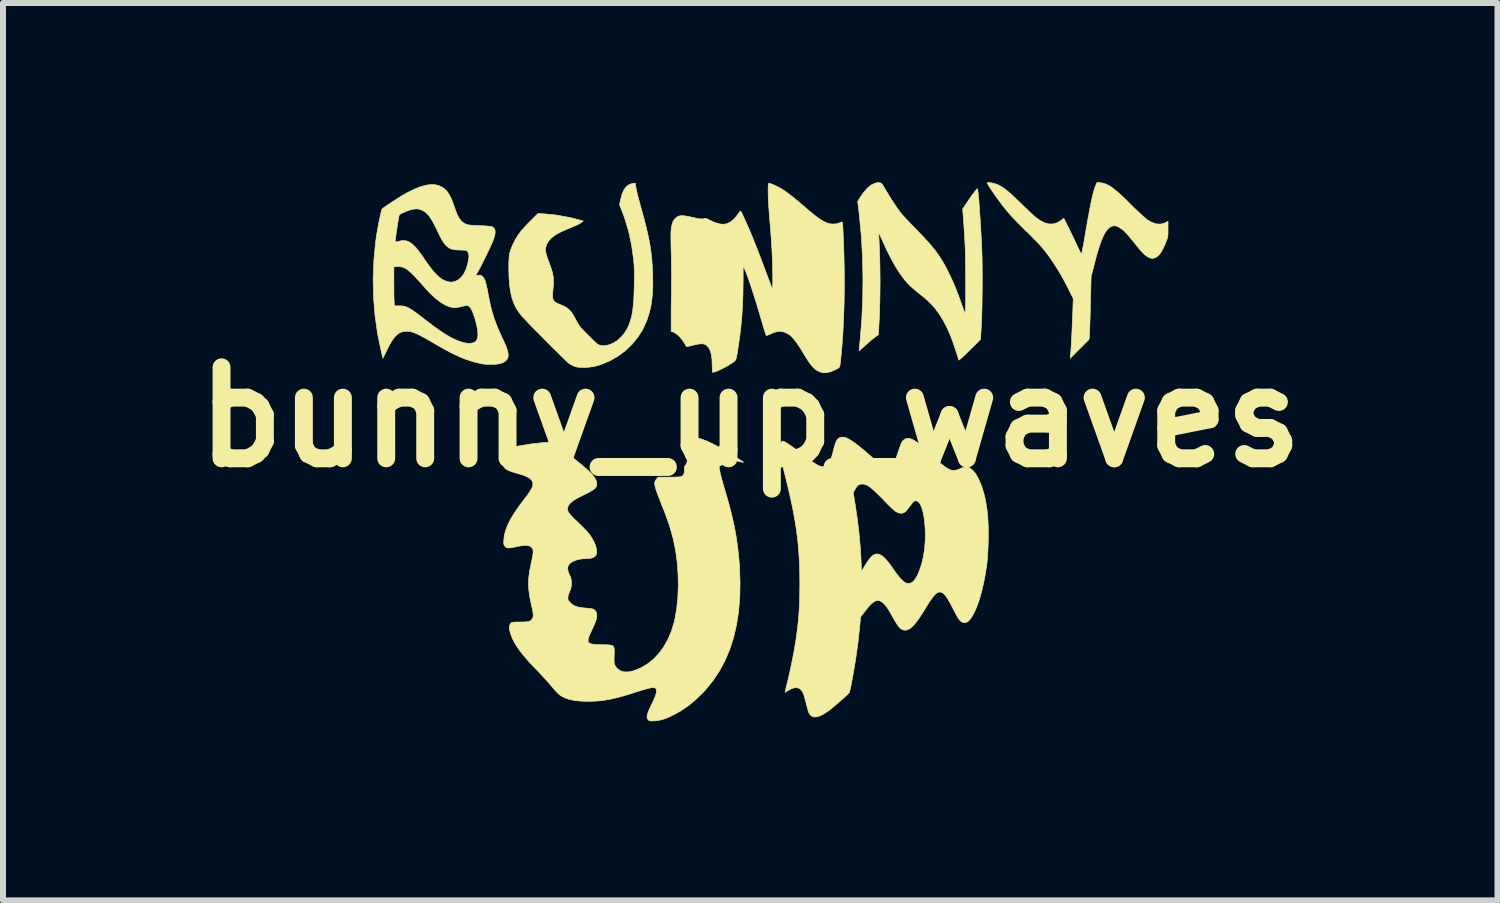
<source format=kicad_pcb>
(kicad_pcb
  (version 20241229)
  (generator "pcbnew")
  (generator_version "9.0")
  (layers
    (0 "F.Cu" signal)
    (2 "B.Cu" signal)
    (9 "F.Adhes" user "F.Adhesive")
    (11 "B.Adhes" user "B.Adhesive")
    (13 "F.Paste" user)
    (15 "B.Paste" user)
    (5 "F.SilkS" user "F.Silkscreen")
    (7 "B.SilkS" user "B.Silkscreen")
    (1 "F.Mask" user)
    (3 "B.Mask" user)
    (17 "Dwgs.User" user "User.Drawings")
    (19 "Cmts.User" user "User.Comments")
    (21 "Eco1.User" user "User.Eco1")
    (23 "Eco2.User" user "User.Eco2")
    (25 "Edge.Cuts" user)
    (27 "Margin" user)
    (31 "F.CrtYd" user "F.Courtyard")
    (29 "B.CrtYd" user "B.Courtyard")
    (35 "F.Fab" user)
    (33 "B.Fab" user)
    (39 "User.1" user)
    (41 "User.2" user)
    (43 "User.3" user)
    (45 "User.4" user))
  (footprint "bunny_up_waves"
    (layer "F.Cu")
    (at 9.514 3.936)
    (property "Reference" "bunny_up_waves" (at 0 0 0) (layer "F.SilkS") (effects (font (size 1.524 1.524) (thickness 0.3))))
    (attr through_hole)
    (fp_poly (pts (xy -1.923 -3.915) (xy -1.919 -3.902) (xy -1.919 -3.894) (xy -1.917 -3.863) (xy -1.908 -3.817) (xy -1.895 -3.755) (xy -1.875 -3.676) (xy -1.849 -3.579) (xy -1.83 -3.51) (xy -1.787 -3.356) (xy -1.751 -3.217) (xy -1.721 -3.092) (xy -1.696 -2.976) (xy -1.676 -2.866) (xy -1.661 -2.76) (xy -1.649 -2.655) (xy -1.641 -2.547) (xy -1.635 -2.433) (xy -1.633 -2.359) (xy -1.631 -2.214) (xy -1.636 -2.084) (xy -1.647 -1.966) (xy -1.664 -1.857) (xy -1.689 -1.753) (xy -1.721 -1.651) (xy -1.739 -1.602) (xy -1.802 -1.465) (xy -1.883 -1.338) (xy -1.978 -1.221) (xy -2.088 -1.116) (xy -2.211 -1.024) (xy -2.344 -0.947) (xy -2.488 -0.886) (xy -2.554 -0.864) (xy -2.622 -0.848) (xy -2.696 -0.837) (xy -2.771 -0.831) (xy -2.841 -0.832) (xy -2.901 -0.839) (xy -2.936 -0.848) (xy -2.975 -0.865) (xy -3.015 -0.886) (xy -3.029 -0.895) (xy -3.044 -0.907) (xy -3.071 -0.932) (xy -3.108 -0.968) (xy -3.155 -1.014) (xy -3.209 -1.067) (xy -3.269 -1.126) (xy -3.333 -1.189) (xy -3.399 -1.256) (xy -3.466 -1.323) (xy -3.532 -1.39) (xy -3.596 -1.454) (xy -3.655 -1.515) (xy -3.709 -1.57) (xy -3.755 -1.619) (xy -3.792 -1.658) (xy -3.812 -1.679) (xy -3.871 -1.751) (xy -3.92 -1.826) (xy -3.959 -1.908) (xy -3.991 -1.998) (xy -4.014 -2.099) (xy -4.03 -2.212) (xy -4.04 -2.34) (xy -4.043 -2.485) (xy -4.043 -2.499) (xy -4.043 -2.58) (xy -4.04 -2.646) (xy -4.036 -2.701) (xy -4.028 -2.748) (xy -4.016 -2.792) (xy -3.998 -2.838) (xy -3.976 -2.89) (xy -3.968 -2.906) (xy -3.931 -2.98) (xy -3.887 -3.049) (xy -3.835 -3.119) (xy -3.772 -3.191) (xy -3.695 -3.271) (xy -3.689 -3.277) (xy -3.554 -3.411) (xy -3.444 -3.404) (xy -3.236 -3.383) (xy -3.02 -3.343) (xy -2.876 -3.307) (xy -2.796 -3.286) (xy -2.82 -3.266) (xy -2.846 -3.247) (xy -2.883 -3.227) (xy -2.933 -3.204) (xy -2.997 -3.177) (xy -3.065 -3.149) (xy -3.171 -3.103) (xy -3.258 -3.055) (xy -3.325 -3.005) (xy -3.375 -2.952) (xy -3.408 -2.895) (xy -3.413 -2.882) (xy -3.422 -2.852) (xy -3.427 -2.825) (xy -3.428 -2.796) (xy -3.424 -2.763) (xy -3.415 -2.724) (xy -3.4 -2.675) (xy -3.378 -2.614) (xy -3.35 -2.537) (xy -3.341 -2.513) (xy -3.312 -2.423) (xy -3.297 -2.336) (xy -3.294 -2.244) (xy -3.302 -2.146) (xy -3.309 -2.075) (xy -3.31 -2.021) (xy -3.304 -1.979) (xy -3.288 -1.948) (xy -3.263 -1.924) (xy -3.226 -1.903) (xy -3.194 -1.89) (xy -3.128 -1.863) (xy -3.075 -1.834) (xy -3.032 -1.8) (xy -2.994 -1.757) (xy -2.958 -1.702) (xy -2.922 -1.635) (xy -2.902 -1.598) (xy -2.885 -1.567) (xy -2.868 -1.54) (xy -2.848 -1.513) (xy -2.822 -1.484) (xy -2.789 -1.448) (xy -2.745 -1.404) (xy -2.71 -1.368) (xy -2.658 -1.316) (xy -2.618 -1.277) (xy -2.587 -1.249) (xy -2.564 -1.229) (xy -2.545 -1.216) (xy -2.529 -1.208) (xy -2.513 -1.203) (xy -2.507 -1.202) (xy -2.438 -1.197) (xy -2.366 -1.211) (xy -2.294 -1.24) (xy -2.225 -1.284) (xy -2.161 -1.341) (xy -2.104 -1.41) (xy -2.057 -1.488) (xy -2.054 -1.494) (xy -2.027 -1.556) (xy -2.004 -1.621) (xy -1.986 -1.69) (xy -1.971 -1.767) (xy -1.96 -1.854) (xy -1.951 -1.953) (xy -1.946 -2.068) (xy -1.942 -2.199) (xy -1.942 -2.204) (xy -1.941 -2.305) (xy -1.941 -2.389) (xy -1.942 -2.461) (xy -1.944 -2.524) (xy -1.948 -2.582) (xy -1.953 -2.64) (xy -1.954 -2.649) (xy -1.988 -2.889) (xy -2.039 -3.122) (xy -2.107 -3.345) (xy -2.145 -3.445) (xy -2.189 -3.558) (xy -2.169 -3.651) (xy -2.146 -3.738) (xy -2.115 -3.806) (xy -2.077 -3.858) (xy -2.032 -3.893) (xy -1.977 -3.913) (xy -1.96 -3.916) (xy -1.934 -3.918) (xy -1.923 -3.915)) (stroke (width 0.01) (type solid)) (fill yes) (layer "F.SilkS"))
    (fp_poly (pts (xy 2.178 -3.924) (xy 2.2 -3.911) (xy 2.221 -3.885) (xy 2.246 -3.843) (xy 2.249 -3.838) (xy 2.279 -3.786) (xy 2.317 -3.725) (xy 2.358 -3.658) (xy 2.402 -3.591) (xy 2.445 -3.527) (xy 2.484 -3.471) (xy 2.516 -3.427) (xy 2.522 -3.419) (xy 2.542 -3.395) (xy 2.574 -3.36) (xy 2.616 -3.315) (xy 2.664 -3.263) (xy 2.718 -3.207) (xy 2.775 -3.148) (xy 2.794 -3.129) (xy 2.89 -3.03) (xy 2.972 -2.941) (xy 3.043 -2.859) (xy 3.106 -2.781) (xy 3.161 -2.704) (xy 3.212 -2.624) (xy 3.261 -2.539) (xy 3.309 -2.447) (xy 3.344 -2.376) (xy 3.373 -2.314) (xy 3.399 -2.257) (xy 3.423 -2.202) (xy 3.447 -2.144) (xy 3.471 -2.08) (xy 3.499 -2.005) (xy 3.532 -1.915) (xy 3.533 -1.911) (xy 3.596 -1.737) (xy 3.602 -1.785) (xy 3.604 -1.809) (xy 3.606 -1.852) (xy 3.607 -1.909) (xy 3.608 -1.98) (xy 3.608 -2.06) (xy 3.608 -2.148) (xy 3.608 -2.242) (xy 3.608 -2.339) (xy 3.607 -2.436) (xy 3.606 -2.531) (xy 3.605 -2.622) (xy 3.604 -2.706) (xy 3.602 -2.781) (xy 3.6 -2.844) (xy 3.598 -2.874) (xy 3.594 -2.955) (xy 3.589 -3.047) (xy 3.583 -3.141) (xy 3.577 -3.229) (xy 3.573 -3.285) (xy 3.558 -3.487) (xy 3.643 -3.613) (xy 3.688 -3.679) (xy 3.727 -3.734) (xy 3.76 -3.777) (xy 3.784 -3.807) (xy 3.8 -3.823) (xy 3.806 -3.825) (xy 3.809 -3.812) (xy 3.814 -3.781) (xy 3.819 -3.734) (xy 3.825 -3.674) (xy 3.831 -3.601) (xy 3.837 -3.519) (xy 3.843 -3.428) (xy 3.85 -3.332) (xy 3.856 -3.231) (xy 3.862 -3.129) (xy 3.868 -3.027) (xy 3.873 -2.926) (xy 3.877 -2.83) (xy 3.879 -2.779) (xy 3.883 -2.668) (xy 3.885 -2.542) (xy 3.886 -2.404) (xy 3.886 -2.26) (xy 3.885 -2.112) (xy 3.883 -1.966) (xy 3.881 -1.824) (xy 3.877 -1.691) (xy 3.872 -1.572) (xy 3.868 -1.493) (xy 3.857 -1.302) (xy 3.7 -1.146) (xy 3.639 -1.086) (xy 3.591 -1.039) (xy 3.553 -1.003) (xy 3.526 -0.979) (xy 3.507 -0.964) (xy 3.496 -0.957) (xy 3.49 -0.958) (xy 3.489 -0.963) (xy 3.485 -0.978) (xy 3.477 -1.009) (xy 3.464 -1.051) (xy 3.447 -1.101) (xy 3.429 -1.156) (xy 3.41 -1.212) (xy 3.392 -1.266) (xy 3.374 -1.313) (xy 3.36 -1.351) (xy 3.302 -1.485) (xy 3.237 -1.61) (xy 3.167 -1.725) (xy 3.094 -1.824) (xy 3.027 -1.9) (xy 2.989 -1.936) (xy 2.941 -1.979) (xy 2.89 -2.022) (xy 2.844 -2.059) (xy 2.794 -2.099) (xy 2.74 -2.144) (xy 2.69 -2.188) (xy 2.654 -2.223) (xy 2.582 -2.304) (xy 2.508 -2.404) (xy 2.433 -2.521) (xy 2.359 -2.654) (xy 2.284 -2.803) (xy 2.229 -2.924) (xy 2.201 -2.987) (xy 2.18 -3.032) (xy 2.165 -3.06) (xy 2.155 -3.073) (xy 2.151 -3.071) (xy 2.151 -3.056) (xy 2.153 -3.039) (xy 2.155 -3.018) (xy 2.157 -2.981) (xy 2.159 -2.928) (xy 2.162 -2.864) (xy 2.165 -2.789) (xy 2.167 -2.708) (xy 2.17 -2.633) (xy 2.173 -2.461) (xy 2.175 -2.276) (xy 2.173 -2.084) (xy 2.17 -1.892) (xy 2.164 -1.706) (xy 2.155 -1.532) (xy 2.153 -1.486) (xy 2.146 -1.381) (xy 2.085 -1.336) (xy 2.054 -1.312) (xy 2.013 -1.278) (xy 1.968 -1.239) (xy 1.925 -1.2) (xy 1.889 -1.167) (xy 1.858 -1.14) (xy 1.836 -1.121) (xy 1.825 -1.112) (xy 1.824 -1.112) (xy 1.825 -1.122) (xy 1.827 -1.149) (xy 1.831 -1.189) (xy 1.835 -1.24) (xy 1.84 -1.284) (xy 1.868 -1.627) (xy 1.884 -1.978) (xy 1.888 -2.334) (xy 1.88 -2.689) (xy 1.86 -3.039) (xy 1.828 -3.379) (xy 1.819 -3.458) (xy 1.8 -3.613) (xy 1.845 -3.686) (xy 1.904 -3.769) (xy 1.963 -3.836) (xy 2.023 -3.885) (xy 2.082 -3.915) (xy 2.116 -3.924) (xy 2.151 -3.928) (xy 2.178 -3.924)) (stroke (width 0.01) (type solid)) (fill yes) (layer "F.SilkS"))
    (fp_poly (pts (xy 5.863 -3.926) (xy 5.905 -3.919) (xy 5.947 -3.907) (xy 5.99 -3.888) (xy 6.035 -3.862) (xy 6.085 -3.826) (xy 6.141 -3.781) (xy 6.205 -3.724) (xy 6.279 -3.655) (xy 6.363 -3.572) (xy 6.375 -3.56) (xy 6.435 -3.5) (xy 6.493 -3.445) (xy 6.547 -3.395) (xy 6.593 -3.353) (xy 6.63 -3.321) (xy 6.655 -3.301) (xy 6.656 -3.301) (xy 6.732 -3.259) (xy 6.802 -3.236) (xy 6.87 -3.233) (xy 6.934 -3.248) (xy 6.957 -3.259) (xy 6.997 -3.279) (xy 6.997 -3.149) (xy 6.997 -3.095) (xy 6.996 -3.056) (xy 6.992 -3.025) (xy 6.986 -2.996) (xy 6.975 -2.964) (xy 6.959 -2.923) (xy 6.957 -2.916) (xy 6.917 -2.827) (xy 6.877 -2.757) (xy 6.836 -2.707) (xy 6.793 -2.674) (xy 6.748 -2.66) (xy 6.733 -2.659) (xy 6.694 -2.666) (xy 6.652 -2.687) (xy 6.605 -2.723) (xy 6.553 -2.775) (xy 6.494 -2.844) (xy 6.438 -2.914) (xy 6.392 -2.97) (xy 6.355 -3.015) (xy 6.325 -3.05) (xy 6.3 -3.078) (xy 6.279 -3.1) (xy 6.26 -3.118) (xy 6.241 -3.135) (xy 6.235 -3.14) (xy 6.179 -3.18) (xy 6.128 -3.202) (xy 6.081 -3.204) (xy 6.036 -3.189) (xy 5.993 -3.154) (xy 5.992 -3.154) (xy 5.964 -3.12) (xy 5.935 -3.076) (xy 5.908 -3.02) (xy 5.879 -2.952) (xy 5.85 -2.868) (xy 5.819 -2.77) (xy 5.786 -2.653) (xy 5.758 -2.547) (xy 5.709 -2.354) (xy 5.698 -1.904) (xy 5.696 -1.808) (xy 5.693 -1.716) (xy 5.691 -1.629) (xy 5.688 -1.551) (xy 5.686 -1.484) (xy 5.684 -1.43) (xy 5.682 -1.393) (xy 5.681 -1.378) (xy 5.675 -1.302) (xy 5.516 -1.143) (xy 5.358 -0.985) (xy 5.363 -1.03) (xy 5.367 -1.075) (xy 5.372 -1.137) (xy 5.377 -1.216) (xy 5.382 -1.309) (xy 5.387 -1.413) (xy 5.392 -1.527) (xy 5.397 -1.648) (xy 5.399 -1.68) (xy 5.41 -1.985) (xy 5.333 -2.14) (xy 5.288 -2.228) (xy 5.248 -2.303) (xy 5.211 -2.371) (xy 5.174 -2.434) (xy 5.133 -2.5) (xy 5.087 -2.572) (xy 5.072 -2.594) (xy 5.014 -2.679) (xy 4.955 -2.759) (xy 4.893 -2.835) (xy 4.825 -2.912) (xy 4.747 -2.993) (xy 4.658 -3.082) (xy 4.636 -3.103) (xy 4.544 -3.192) (xy 4.465 -3.272) (xy 4.395 -3.345) (xy 4.333 -3.414) (xy 4.275 -3.483) (xy 4.219 -3.553) (xy 4.189 -3.594) (xy 4.152 -3.644) (xy 4.114 -3.697) (xy 4.077 -3.75) (xy 4.043 -3.8) (xy 4.013 -3.846) (xy 3.989 -3.883) (xy 3.974 -3.91) (xy 3.968 -3.923) (xy 3.977 -3.929) (xy 4 -3.929) (xy 4.033 -3.925) (xy 4.071 -3.917) (xy 4.11 -3.906) (xy 4.144 -3.894) (xy 4.151 -3.891) (xy 4.189 -3.871) (xy 4.228 -3.847) (xy 4.269 -3.818) (xy 4.315 -3.781) (xy 4.368 -3.736) (xy 4.429 -3.679) (xy 4.501 -3.61) (xy 4.528 -3.583) (xy 4.582 -3.531) (xy 4.636 -3.48) (xy 4.685 -3.433) (xy 4.728 -3.393) (xy 4.762 -3.363) (xy 4.778 -3.349) (xy 4.858 -3.291) (xy 4.934 -3.253) (xy 5.007 -3.235) (xy 5.077 -3.236) (xy 5.144 -3.257) (xy 5.208 -3.297) (xy 5.217 -3.304) (xy 5.237 -3.32) (xy 5.25 -3.328) (xy 5.252 -3.327) (xy 5.259 -3.316) (xy 5.272 -3.29) (xy 5.292 -3.251) (xy 5.316 -3.203) (xy 5.343 -3.148) (xy 5.372 -3.088) (xy 5.401 -3.028) (xy 5.429 -2.969) (xy 5.455 -2.915) (xy 5.468 -2.886) (xy 5.492 -2.835) (xy 5.514 -2.791) (xy 5.531 -2.757) (xy 5.543 -2.735) (xy 5.548 -2.729) (xy 5.551 -2.738) (xy 5.557 -2.765) (xy 5.565 -2.806) (xy 5.575 -2.859) (xy 5.587 -2.921) (xy 5.597 -2.981) (xy 5.623 -3.136) (xy 5.647 -3.272) (xy 5.669 -3.391) (xy 5.688 -3.495) (xy 5.706 -3.584) (xy 5.722 -3.66) (xy 5.737 -3.724) (xy 5.751 -3.778) (xy 5.764 -3.823) (xy 5.777 -3.86) (xy 5.788 -3.885) (xy 5.808 -3.931) (xy 5.863 -3.926)) (stroke (width 0.01) (type solid)) (fill yes) (layer "F.SilkS"))
    (fp_poly (pts (xy 0.329 -3.914) (xy 0.361 -3.903) (xy 0.4 -3.887) (xy 0.442 -3.868) (xy 0.482 -3.848) (xy 0.512 -3.831) (xy 0.561 -3.801) (xy 0.616 -3.762) (xy 0.679 -3.714) (xy 0.753 -3.655) (xy 0.838 -3.584) (xy 0.885 -3.543) (xy 0.974 -3.467) (xy 1.051 -3.404) (xy 1.116 -3.353) (xy 1.173 -3.313) (xy 1.223 -3.282) (xy 1.267 -3.26) (xy 1.308 -3.245) (xy 1.346 -3.237) (xy 1.385 -3.234) (xy 1.389 -3.234) (xy 1.442 -3.237) (xy 1.483 -3.249) (xy 1.498 -3.255) (xy 1.527 -3.268) (xy 1.542 -3.268) (xy 1.544 -3.265) (xy 1.546 -3.252) (xy 1.548 -3.222) (xy 1.551 -3.179) (xy 1.554 -3.124) (xy 1.557 -3.061) (xy 1.558 -3.029) (xy 1.569 -2.748) (xy 1.575 -2.468) (xy 1.576 -2.19) (xy 1.573 -1.918) (xy 1.564 -1.656) (xy 1.552 -1.405) (xy 1.535 -1.169) (xy 1.524 -1.055) (xy 1.517 -0.983) (xy 1.512 -0.929) (xy 1.506 -0.889) (xy 1.501 -0.861) (xy 1.494 -0.841) (xy 1.485 -0.828) (xy 1.473 -0.819) (xy 1.456 -0.81) (xy 1.441 -0.802) (xy 1.36 -0.765) (xy 1.288 -0.746) (xy 1.224 -0.743) (xy 1.178 -0.754) (xy 1.139 -0.77) (xy 1.104 -0.791) (xy 1.07 -0.819) (xy 1.035 -0.855) (xy 0.998 -0.902) (xy 0.957 -0.963) (xy 0.91 -1.038) (xy 0.887 -1.076) (xy 0.829 -1.171) (xy 0.777 -1.247) (xy 0.73 -1.308) (xy 0.687 -1.354) (xy 0.647 -1.387) (xy 0.642 -1.39) (xy 0.578 -1.422) (xy 0.516 -1.437) (xy 0.451 -1.433) (xy 0.381 -1.412) (xy 0.345 -1.395) (xy 0.311 -1.38) (xy 0.284 -1.37) (xy 0.27 -1.367) (xy 0.268 -1.368) (xy 0.263 -1.379) (xy 0.254 -1.406) (xy 0.241 -1.446) (xy 0.226 -1.495) (xy 0.215 -1.534) (xy 0.162 -1.712) (xy 0.115 -1.87) (xy 0.071 -2.011) (xy 0.032 -2.133) (xy -0.003 -2.24) (xy -0.034 -2.329) (xy -0.062 -2.404) (xy -0.086 -2.463) (xy -0.094 -2.481) (xy -0.118 -2.534) (xy -0.119 -2.259) (xy -0.122 -2.052) (xy -0.129 -1.859) (xy -0.141 -1.675) (xy -0.158 -1.495) (xy -0.181 -1.314) (xy -0.196 -1.21) (xy -0.208 -1.132) (xy -0.217 -1.072) (xy -0.226 -1.026) (xy -0.233 -0.992) (xy -0.242 -0.968) (xy -0.252 -0.949) (xy -0.265 -0.935) (xy -0.281 -0.922) (xy -0.303 -0.908) (xy -0.313 -0.901) (xy -0.363 -0.87) (xy -0.417 -0.839) (xy -0.473 -0.81) (xy -0.526 -0.784) (xy -0.573 -0.765) (xy -0.611 -0.753) (xy -0.63 -0.75) (xy -0.633 -0.759) (xy -0.635 -0.785) (xy -0.636 -0.822) (xy -0.637 -0.869) (xy -0.637 -0.872) (xy -0.641 -0.971) (xy -0.652 -1.053) (xy -0.671 -1.118) (xy -0.699 -1.168) (xy -0.735 -1.204) (xy -0.739 -1.207) (xy -0.765 -1.221) (xy -0.796 -1.228) (xy -0.833 -1.228) (xy -0.882 -1.221) (xy -0.946 -1.207) (xy -0.958 -1.205) (xy -1 -1.194) (xy -1.035 -1.186) (xy -1.058 -1.181) (xy -1.064 -1.18) (xy -1.07 -1.187) (xy -1.084 -1.209) (xy -1.102 -1.239) (xy -1.108 -1.248) (xy -1.141 -1.297) (xy -1.18 -1.343) (xy -1.221 -1.382) (xy -1.261 -1.411) (xy -1.291 -1.426) (xy -1.324 -1.435) (xy -1.324 -1.635) (xy -1.324 -1.703) (xy -1.324 -1.786) (xy -1.323 -1.877) (xy -1.322 -1.971) (xy -1.32 -2.061) (xy -1.319 -2.104) (xy -1.319 -2.182) (xy -1.318 -2.274) (xy -1.318 -2.377) (xy -1.319 -2.485) (xy -1.32 -2.593) (xy -1.322 -2.698) (xy -1.323 -2.75) (xy -1.326 -2.848) (xy -1.327 -2.929) (xy -1.328 -2.994) (xy -1.328 -3.047) (xy -1.328 -3.088) (xy -1.326 -3.122) (xy -1.324 -3.149) (xy -1.321 -3.172) (xy -1.317 -3.194) (xy -1.315 -3.203) (xy -1.303 -3.25) (xy -1.289 -3.284) (xy -1.269 -3.312) (xy -1.263 -3.32) (xy -1.236 -3.345) (xy -1.209 -3.362) (xy -1.177 -3.372) (xy -1.137 -3.375) (xy -1.088 -3.37) (xy -1.025 -3.359) (xy -0.955 -3.343) (xy -0.88 -3.327) (xy -0.822 -3.32) (xy -0.781 -3.321) (xy -0.761 -3.328) (xy -0.743 -3.328) (xy -0.71 -3.316) (xy -0.676 -3.298) (xy -0.591 -3.259) (xy -0.515 -3.236) (xy -0.448 -3.23) (xy -0.389 -3.24) (xy -0.33 -3.27) (xy -0.271 -3.319) (xy -0.214 -3.385) (xy -0.173 -3.445) (xy -0.167 -3.451) (xy -0.16 -3.449) (xy -0.15 -3.435) (xy -0.136 -3.408) (xy -0.12 -3.374) (xy -0.07 -3.264) (xy -0.019 -3.149) (xy 0.034 -3.024) (xy 0.088 -2.888) (xy 0.147 -2.739) (xy 0.209 -2.575) (xy 0.261 -2.435) (xy 0.287 -2.365) (xy 0.311 -2.301) (xy 0.333 -2.245) (xy 0.35 -2.199) (xy 0.363 -2.167) (xy 0.37 -2.151) (xy 0.371 -2.15) (xy 0.374 -2.153) (xy 0.376 -2.175) (xy 0.377 -2.215) (xy 0.378 -2.274) (xy 0.377 -2.352) (xy 0.376 -2.439) (xy 0.374 -2.542) (xy 0.371 -2.64) (xy 0.367 -2.736) (xy 0.362 -2.833) (xy 0.356 -2.936) (xy 0.348 -3.046) (xy 0.339 -3.168) (xy 0.327 -3.305) (xy 0.32 -3.389) (xy 0.314 -3.475) (xy 0.308 -3.56) (xy 0.304 -3.641) (xy 0.301 -3.715) (xy 0.3 -3.782) (xy 0.3 -3.838) (xy 0.302 -3.881) (xy 0.306 -3.908) (xy 0.311 -3.918) (xy 0.311 -3.918) (xy 0.329 -3.914)) (stroke (width 0.01) (type solid)) (fill yes) (layer "F.SilkS"))
    (fp_poly (pts (xy -5.289 -3.895) (xy -5.223 -3.88) (xy -5.184 -3.864) (xy -5.133 -3.834) (xy -5.089 -3.794) (xy -5.051 -3.744) (xy -5.015 -3.679) (xy -4.982 -3.598) (xy -4.963 -3.544) (xy -4.934 -3.461) (xy -4.907 -3.394) (xy -4.881 -3.343) (xy -4.854 -3.303) (xy -4.825 -3.272) (xy -4.791 -3.248) (xy -4.77 -3.237) (xy -4.751 -3.229) (xy -4.731 -3.223) (xy -4.707 -3.218) (xy -4.674 -3.215) (xy -4.629 -3.212) (xy -4.57 -3.209) (xy -4.538 -3.208) (xy -4.478 -3.205) (xy -4.422 -3.202) (xy -4.376 -3.198) (xy -4.343 -3.194) (xy -4.327 -3.191) (xy -4.295 -3.171) (xy -4.276 -3.142) (xy -4.27 -3.102) (xy -4.277 -3.05) (xy -4.294 -2.991) (xy -4.307 -2.958) (xy -4.327 -2.91) (xy -4.353 -2.852) (xy -4.384 -2.786) (xy -4.417 -2.716) (xy -4.452 -2.645) (xy -4.486 -2.577) (xy -4.518 -2.514) (xy -4.547 -2.461) (xy -4.557 -2.443) (xy -4.597 -2.372) (xy -4.553 -2.377) (xy -4.523 -2.378) (xy -4.502 -2.371) (xy -4.481 -2.353) (xy -4.48 -2.352) (xy -4.465 -2.334) (xy -4.451 -2.311) (xy -4.439 -2.281) (xy -4.427 -2.24) (xy -4.414 -2.187) (xy -4.399 -2.118) (xy -4.387 -2.054) (xy -4.365 -1.941) (xy -4.343 -1.842) (xy -4.319 -1.751) (xy -4.292 -1.664) (xy -4.261 -1.578) (xy -4.225 -1.487) (xy -4.181 -1.388) (xy -4.13 -1.279) (xy -4.092 -1.194) (xy -4.067 -1.123) (xy -4.054 -1.064) (xy -4.053 -1.016) (xy -4.066 -0.977) (xy -4.091 -0.946) (xy -4.129 -0.92) (xy -4.151 -0.909) (xy -4.199 -0.895) (xy -4.262 -0.885) (xy -4.333 -0.882) (xy -4.408 -0.884) (xy -4.48 -0.891) (xy -4.518 -0.899) (xy -4.605 -0.919) (xy -4.688 -0.943) (xy -4.77 -0.971) (xy -4.854 -1.005) (xy -4.942 -1.045) (xy -5.038 -1.093) (xy -5.143 -1.15) (xy -5.26 -1.217) (xy -5.311 -1.246) (xy -5.403 -1.3) (xy -5.48 -1.343) (xy -5.546 -1.377) (xy -5.601 -1.403) (xy -5.648 -1.421) (xy -5.69 -1.432) (xy -5.727 -1.437) (xy -5.764 -1.438) (xy -5.78 -1.437) (xy -5.83 -1.428) (xy -5.875 -1.41) (xy -5.917 -1.381) (xy -5.957 -1.339) (xy -5.998 -1.283) (xy -6.04 -1.211) (xy -6.081 -1.13) (xy -6.151 -0.985) (xy -6.179 -1.1) (xy -6.241 -1.399) (xy -6.284 -1.704) (xy -6.309 -2.014) (xy -6.315 -2.326) (xy -6.307 -2.516) (xy -5.968 -2.516) (xy -5.968 -2.234) (xy -5.967 -2.159) (xy -5.967 -2.088) (xy -5.966 -2.024) (xy -5.965 -1.971) (xy -5.963 -1.932) (xy -5.962 -1.909) (xy -5.962 -1.908) (xy -5.956 -1.864) (xy -5.874 -1.864) (xy -5.84 -1.863) (xy -5.808 -1.86) (xy -5.777 -1.852) (xy -5.744 -1.84) (xy -5.708 -1.822) (xy -5.667 -1.797) (xy -5.618 -1.763) (xy -5.559 -1.72) (xy -5.489 -1.666) (xy -5.418 -1.611) (xy -5.304 -1.524) (xy -5.202 -1.451) (xy -5.109 -1.39) (xy -5.024 -1.34) (xy -4.998 -1.326) (xy -4.907 -1.284) (xy -4.824 -1.254) (xy -4.75 -1.238) (xy -4.686 -1.235) (xy -4.633 -1.246) (xy -4.607 -1.26) (xy -4.582 -1.287) (xy -4.566 -1.327) (xy -4.56 -1.379) (xy -4.564 -1.445) (xy -4.578 -1.526) (xy -4.598 -1.609) (xy -4.622 -1.69) (xy -4.647 -1.758) (xy -4.673 -1.811) (xy -4.697 -1.846) (xy -4.721 -1.864) (xy -4.733 -1.867) (xy -4.746 -1.869) (xy -4.764 -1.867) (xy -4.79 -1.863) (xy -4.827 -1.855) (xy -4.879 -1.842) (xy -4.892 -1.839) (xy -4.958 -1.833) (xy -5.029 -1.846) (xy -5.106 -1.877) (xy -5.188 -1.926) (xy -5.274 -1.993) (xy -5.352 -2.065) (xy -5.382 -2.097) (xy -5.422 -2.139) (xy -5.466 -2.188) (xy -5.511 -2.239) (xy -5.539 -2.27) (xy -5.612 -2.351) (xy -5.677 -2.416) (xy -5.732 -2.463) (xy -5.779 -2.495) (xy -5.784 -2.497) (xy -5.824 -2.512) (xy -5.871 -2.521) (xy -5.916 -2.524) (xy -5.931 -2.522) (xy -5.968 -2.516) (xy -6.307 -2.516) (xy -6.302 -2.64) (xy -6.273 -2.936) (xy -5.945 -2.936) (xy -5.944 -2.932) (xy -5.934 -2.934) (xy -5.911 -2.939) (xy -5.888 -2.945) (xy -5.836 -2.956) (xy -5.788 -2.957) (xy -5.743 -2.948) (xy -5.699 -2.927) (xy -5.654 -2.894) (xy -5.606 -2.847) (xy -5.555 -2.785) (xy -5.497 -2.707) (xy -5.457 -2.647) (xy -5.389 -2.55) (xy -5.328 -2.47) (xy -5.272 -2.405) (xy -5.22 -2.354) (xy -5.17 -2.315) (xy -5.121 -2.288) (xy -5.078 -2.273) (xy -5.037 -2.263) (xy -5.005 -2.261) (xy -4.971 -2.266) (xy -4.941 -2.274) (xy -4.886 -2.301) (xy -4.836 -2.345) (xy -4.793 -2.406) (xy -4.757 -2.483) (xy -4.73 -2.572) (xy -4.713 -2.661) (xy -4.711 -2.708) (xy -4.72 -2.749) (xy -4.738 -2.778) (xy -4.755 -2.79) (xy -4.775 -2.794) (xy -4.81 -2.797) (xy -4.853 -2.799) (xy -4.876 -2.799) (xy -4.943 -2.803) (xy -5 -2.814) (xy -5.048 -2.836) (xy -5.091 -2.87) (xy -5.131 -2.918) (xy -5.17 -2.981) (xy -5.209 -3.058) (xy -5.253 -3.149) (xy -5.29 -3.223) (xy -5.322 -3.283) (xy -5.351 -3.331) (xy -5.378 -3.37) (xy -5.404 -3.4) (xy -5.43 -3.424) (xy -5.459 -3.445) (xy -5.482 -3.459) (xy -5.529 -3.48) (xy -5.579 -3.488) (xy -5.637 -3.484) (xy -5.703 -3.468) (xy -5.78 -3.439) (xy -5.809 -3.426) (xy -5.846 -3.409) (xy -5.868 -3.394) (xy -5.879 -3.379) (xy -5.882 -3.37) (xy -5.89 -3.325) (xy -5.9 -3.271) (xy -5.909 -3.212) (xy -5.918 -3.151) (xy -5.927 -3.091) (xy -5.934 -3.037) (xy -5.94 -2.99) (xy -5.944 -2.956) (xy -5.945 -2.936) (xy -6.273 -2.936) (xy -6.271 -2.952) (xy -6.262 -3.019) (xy -6.253 -3.072) (xy -6.243 -3.133) (xy -6.231 -3.197) (xy -6.219 -3.262) (xy -6.206 -3.324) (xy -6.194 -3.381) (xy -6.183 -3.429) (xy -6.173 -3.464) (xy -6.167 -3.484) (xy -6.165 -3.486) (xy -6.151 -3.499) (xy -6.123 -3.519) (xy -6.084 -3.546) (xy -6.036 -3.578) (xy -5.984 -3.613) (xy -5.929 -3.648) (xy -5.875 -3.682) (xy -5.824 -3.713) (xy -5.78 -3.739) (xy -5.748 -3.757) (xy -5.635 -3.813) (xy -5.534 -3.855) (xy -5.443 -3.882) (xy -5.362 -3.895) (xy -5.289 -3.895)) (stroke (width 0.01) (type solid)) (fill yes) (layer "F.SilkS"))
    (fp_poly (pts (xy 1.586 0.339) (xy 1.625 0.354) (xy 1.67 0.378) (xy 1.722 0.412) (xy 1.784 0.457) (xy 1.856 0.514) (xy 1.939 0.584) (xy 2.035 0.667) (xy 2.038 0.669) (xy 2.114 0.732) (xy 2.179 0.779) (xy 2.234 0.81) (xy 2.282 0.827) (xy 2.322 0.828) (xy 2.357 0.816) (xy 2.388 0.789) (xy 2.405 0.767) (xy 2.418 0.743) (xy 2.434 0.704) (xy 2.453 0.656) (xy 2.471 0.604) (xy 2.473 0.596) (xy 2.495 0.531) (xy 2.513 0.481) (xy 2.528 0.445) (xy 2.541 0.419) (xy 2.555 0.399) (xy 2.571 0.383) (xy 2.6 0.363) (xy 2.633 0.354) (xy 2.671 0.357) (xy 2.715 0.373) (xy 2.766 0.401) (xy 2.825 0.444) (xy 2.894 0.5) (xy 2.973 0.571) (xy 3.023 0.619) (xy 3.103 0.695) (xy 3.17 0.757) (xy 3.228 0.806) (xy 3.278 0.843) (xy 3.321 0.869) (xy 3.36 0.885) (xy 3.397 0.892) (xy 3.433 0.89) (xy 3.47 0.881) (xy 3.51 0.866) (xy 3.522 0.86) (xy 3.571 0.84) (xy 3.609 0.832) (xy 3.641 0.835) (xy 3.673 0.849) (xy 3.688 0.858) (xy 3.735 0.898) (xy 3.779 0.955) (xy 3.821 1.029) (xy 3.861 1.12) (xy 3.883 1.179) (xy 3.909 1.262) (xy 3.931 1.348) (xy 3.949 1.442) (xy 3.965 1.548) (xy 3.974 1.629) (xy 3.981 1.716) (xy 3.986 1.817) (xy 3.987 1.929) (xy 3.987 2.046) (xy 3.984 2.164) (xy 3.978 2.278) (xy 3.971 2.383) (xy 3.961 2.475) (xy 3.959 2.485) (xy 3.936 2.637) (xy 3.908 2.783) (xy 3.875 2.92) (xy 3.84 3.046) (xy 3.801 3.158) (xy 3.761 3.253) (xy 3.747 3.28) (xy 3.715 3.338) (xy 3.687 3.381) (xy 3.66 3.41) (xy 3.633 3.43) (xy 3.622 3.435) (xy 3.595 3.443) (xy 3.572 3.441) (xy 3.555 3.435) (xy 3.536 3.425) (xy 3.519 3.411) (xy 3.501 3.391) (xy 3.48 3.362) (xy 3.457 3.321) (xy 3.428 3.267) (xy 3.392 3.198) (xy 3.387 3.189) (xy 3.345 3.108) (xy 3.308 3.044) (xy 3.275 2.996) (xy 3.245 2.962) (xy 3.217 2.94) (xy 3.189 2.93) (xy 3.174 2.929) (xy 3.151 2.931) (xy 3.132 2.939) (xy 3.11 2.956) (xy 3.084 2.982) (xy 3.062 3.009) (xy 3.033 3.049) (xy 2.999 3.097) (xy 2.965 3.151) (xy 2.945 3.184) (xy 2.881 3.288) (xy 2.824 3.375) (xy 2.772 3.444) (xy 2.725 3.497) (xy 2.682 3.535) (xy 2.642 3.559) (xy 2.604 3.568) (xy 2.567 3.565) (xy 2.54 3.554) (xy 2.517 3.539) (xy 2.493 3.514) (xy 2.466 3.479) (xy 2.435 3.431) (xy 2.398 3.368) (xy 2.385 3.345) (xy 2.351 3.284) (xy 2.324 3.238) (xy 2.302 3.203) (xy 2.283 3.176) (xy 2.265 3.153) (xy 2.245 3.13) (xy 2.208 3.096) (xy 2.171 3.076) (xy 2.135 3.07) (xy 2.096 3.079) (xy 2.055 3.105) (xy 2.009 3.146) (xy 1.957 3.205) (xy 1.906 3.271) (xy 1.848 3.347) (xy 1.834 3.506) (xy 1.804 3.78) (xy 1.765 4.059) (xy 1.716 4.347) (xy 1.699 4.438) (xy 1.688 4.493) (xy 1.678 4.541) (xy 1.669 4.579) (xy 1.663 4.604) (xy 1.661 4.61) (xy 1.652 4.622) (xy 1.629 4.644) (xy 1.597 4.675) (xy 1.556 4.711) (xy 1.512 4.751) (xy 1.464 4.792) (xy 1.418 4.832) (xy 1.374 4.868) (xy 1.336 4.899) (xy 1.314 4.916) (xy 1.238 4.967) (xy 1.171 5.002) (xy 1.113 5.02) (xy 1.065 5.021) (xy 1.033 5.009) (xy 1.011 4.993) (xy 0.994 4.972) (xy 0.979 4.942) (xy 0.965 4.901) (xy 0.95 4.845) (xy 0.944 4.821) (xy 0.931 4.769) (xy 0.917 4.717) (xy 0.905 4.672) (xy 0.898 4.651) (xy 0.873 4.594) (xy 0.839 4.555) (xy 0.797 4.533) (xy 0.748 4.531) (xy 0.692 4.547) (xy 0.63 4.581) (xy 0.618 4.589) (xy 0.598 4.602) (xy 0.586 4.607) (xy 0.585 4.607) (xy 0.586 4.596) (xy 0.591 4.57) (xy 0.6 4.531) (xy 0.612 4.482) (xy 0.621 4.448) (xy 0.643 4.357) (xy 0.666 4.254) (xy 0.689 4.145) (xy 0.712 4.033) (xy 0.733 3.925) (xy 0.75 3.824) (xy 0.765 3.736) (xy 0.769 3.709) (xy 0.787 3.571) (xy 0.802 3.445) (xy 0.813 3.325) (xy 0.821 3.206) (xy 0.826 3.083) (xy 0.829 2.951) (xy 0.831 2.806) (xy 0.831 2.784) (xy 0.829 2.595) (xy 0.823 2.416) (xy 0.812 2.244) (xy 0.797 2.074) (xy 0.776 1.904) (xy 0.749 1.731) (xy 0.716 1.551) (xy 0.676 1.362) (xy 0.654 1.266) (xy 1.726 1.266) (xy 1.758 1.465) (xy 1.794 1.709) (xy 1.822 1.94) (xy 1.842 2.165) (xy 1.856 2.387) (xy 1.857 2.419) (xy 1.864 2.584) (xy 1.913 2.5) (xy 1.961 2.424) (xy 2.003 2.366) (xy 2.042 2.325) (xy 2.079 2.3) (xy 2.115 2.29) (xy 2.152 2.295) (xy 2.192 2.313) (xy 2.201 2.318) (xy 2.235 2.345) (xy 2.275 2.386) (xy 2.32 2.439) (xy 2.365 2.499) (xy 2.389 2.534) (xy 2.447 2.617) (xy 2.498 2.682) (xy 2.543 2.731) (xy 2.584 2.764) (xy 2.622 2.782) (xy 2.658 2.786) (xy 2.693 2.776) (xy 2.716 2.764) (xy 2.748 2.733) (xy 2.78 2.686) (xy 2.812 2.623) (xy 2.842 2.547) (xy 2.87 2.461) (xy 2.893 2.367) (xy 2.898 2.343) (xy 2.914 2.247) (xy 2.925 2.149) (xy 2.931 2.048) (xy 2.932 1.949) (xy 2.929 1.851) (xy 2.921 1.759) (xy 2.91 1.673) (xy 2.895 1.595) (xy 2.876 1.527) (xy 2.854 1.472) (xy 2.829 1.431) (xy 2.801 1.407) (xy 2.775 1.4) (xy 2.759 1.402) (xy 2.743 1.41) (xy 2.725 1.426) (xy 2.702 1.454) (xy 2.671 1.495) (xy 2.666 1.501) (xy 2.631 1.546) (xy 2.604 1.577) (xy 2.58 1.596) (xy 2.556 1.606) (xy 2.53 1.609) (xy 2.524 1.609) (xy 2.495 1.606) (xy 2.464 1.595) (xy 2.43 1.574) (xy 2.39 1.542) (xy 2.343 1.498) (xy 2.285 1.44) (xy 2.284 1.439) (xy 2.207 1.359) (xy 2.142 1.294) (xy 2.087 1.241) (xy 2.041 1.2) (xy 2.002 1.168) (xy 1.968 1.146) (xy 1.938 1.131) (xy 1.911 1.123) (xy 1.884 1.12) (xy 1.879 1.12) (xy 1.839 1.124) (xy 1.807 1.14) (xy 1.78 1.17) (xy 1.754 1.212) (xy 1.726 1.266) (xy 0.654 1.266) (xy 0.629 1.159) (xy 0.596 1.023) (xy 0.567 0.907) (xy 0.543 0.808) (xy 0.524 0.726) (xy 0.51 0.657) (xy 0.499 0.601) (xy 0.493 0.556) (xy 0.49 0.519) (xy 0.491 0.49) (xy 0.495 0.466) (xy 0.502 0.447) (xy 0.51 0.432) (xy 0.527 0.411) (xy 0.543 0.4) (xy 0.546 0.4) (xy 0.563 0.406) (xy 0.593 0.422) (xy 0.634 0.448) (xy 0.682 0.48) (xy 0.736 0.518) (xy 0.791 0.559) (xy 0.825 0.585) (xy 0.908 0.65) (xy 0.979 0.703) (xy 1.038 0.745) (xy 1.087 0.778) (xy 1.127 0.801) (xy 1.161 0.817) (xy 1.191 0.826) (xy 1.218 0.83) (xy 1.224 0.83) (xy 1.257 0.826) (xy 1.285 0.814) (xy 1.309 0.79) (xy 1.331 0.755) (xy 1.352 0.705) (xy 1.372 0.638) (xy 1.39 0.57) (xy 1.408 0.498) (xy 1.425 0.444) (xy 1.441 0.404) (xy 1.458 0.375) (xy 1.478 0.356) (xy 1.496 0.345) (xy 1.523 0.336) (xy 1.553 0.334) (xy 1.586 0.339)) (stroke (width 0.01) (type solid)) (fill yes) (layer "F.SilkS"))
    (fp_poly (pts (xy -0.893 0.347) (xy -0.816 0.367) (xy -0.726 0.401) (xy -0.625 0.448) (xy -0.513 0.507) (xy -0.392 0.578) (xy -0.313 0.627) (xy -0.249 0.666) (xy -0.2 0.697) (xy -0.163 0.72) (xy -0.138 0.737) (xy -0.122 0.748) (xy -0.115 0.755) (xy -0.114 0.757) (xy -0.125 0.756) (xy -0.151 0.751) (xy -0.19 0.743) (xy -0.238 0.731) (xy -0.265 0.725) (xy -0.333 0.708) (xy -0.385 0.698) (xy -0.424 0.694) (xy -0.453 0.697) (xy -0.476 0.705) (xy -0.494 0.719) (xy -0.499 0.724) (xy -0.512 0.743) (xy -0.52 0.767) (xy -0.523 0.799) (xy -0.52 0.841) (xy -0.512 0.893) (xy -0.498 0.957) (xy -0.478 1.036) (xy -0.451 1.13) (xy -0.42 1.235) (xy -0.36 1.443) (xy -0.309 1.639) (xy -0.267 1.826) (xy -0.234 2.009) (xy -0.208 2.191) (xy -0.189 2.377) (xy -0.18 2.494) (xy -0.17 2.759) (xy -0.175 3.011) (xy -0.194 3.25) (xy -0.229 3.476) (xy -0.278 3.689) (xy -0.343 3.89) (xy -0.422 4.078) (xy -0.517 4.254) (xy -0.627 4.418) (xy -0.752 4.571) (xy -0.789 4.61) (xy -0.911 4.729) (xy -1.034 4.831) (xy -1.161 4.918) (xy -1.287 4.987) (xy -1.364 5.024) (xy -1.43 5.051) (xy -1.488 5.069) (xy -1.544 5.08) (xy -1.601 5.086) (xy -1.643 5.088) (xy -1.671 5.087) (xy -1.689 5.083) (xy -1.702 5.075) (xy -1.709 5.068) (xy -1.723 5.049) (xy -1.728 5.024) (xy -1.725 4.992) (xy -1.713 4.95) (xy -1.691 4.896) (xy -1.66 4.828) (xy -1.65 4.808) (xy -1.616 4.735) (xy -1.592 4.678) (xy -1.577 4.635) (xy -1.573 4.611) (xy -1.571 4.58) (xy -1.574 4.556) (xy -1.585 4.539) (xy -1.604 4.531) (xy -1.633 4.529) (xy -1.675 4.535) (xy -1.73 4.548) (xy -1.8 4.568) (xy -1.887 4.596) (xy -1.895 4.598) (xy -2.026 4.64) (xy -2.141 4.674) (xy -2.244 4.701) (xy -2.337 4.722) (xy -2.424 4.738) (xy -2.508 4.749) (xy -2.591 4.756) (xy -2.677 4.759) (xy -2.714 4.759) (xy -2.834 4.756) (xy -2.937 4.746) (xy -3.026 4.728) (xy -3.101 4.703) (xy -3.166 4.669) (xy -3.182 4.659) (xy -3.21 4.636) (xy -3.245 4.601) (xy -3.283 4.559) (xy -3.316 4.52) (xy -3.348 4.481) (xy -3.39 4.433) (xy -3.44 4.377) (xy -3.494 4.32) (xy -3.547 4.263) (xy -3.562 4.248) (xy -3.659 4.146) (xy -3.741 4.056) (xy -3.81 3.974) (xy -3.868 3.9) (xy -3.915 3.83) (xy -3.954 3.765) (xy -3.985 3.701) (xy -3.998 3.668) (xy -4.022 3.598) (xy -4.034 3.542) (xy -4.033 3.498) (xy -4.02 3.464) (xy -3.999 3.442) (xy -3.981 3.436) (xy -3.945 3.432) (xy -3.89 3.431) (xy -3.852 3.431) (xy -3.784 3.43) (xy -3.733 3.426) (xy -3.696 3.417) (xy -3.67 3.403) (xy -3.652 3.382) (xy -3.641 3.358) (xy -3.636 3.34) (xy -3.634 3.32) (xy -3.635 3.295) (xy -3.639 3.262) (xy -3.648 3.217) (xy -3.661 3.158) (xy -3.67 3.119) (xy -3.694 3) (xy -3.708 2.892) (xy -3.714 2.79) (xy -3.709 2.687) (xy -3.695 2.579) (xy -3.671 2.46) (xy -3.667 2.44) (xy -3.655 2.386) (xy -3.645 2.334) (xy -3.638 2.29) (xy -3.635 2.259) (xy -3.635 2.255) (xy -3.637 2.223) (xy -3.645 2.201) (xy -3.663 2.181) (xy -3.667 2.178) (xy -3.687 2.162) (xy -3.706 2.153) (xy -3.733 2.15) (xy -3.766 2.149) (xy -3.809 2.152) (xy -3.862 2.159) (xy -3.912 2.168) (xy -3.918 2.17) (xy -3.978 2.183) (xy -4.023 2.19) (xy -4.055 2.191) (xy -4.079 2.186) (xy -4.097 2.174) (xy -4.106 2.164) (xy -4.118 2.149) (xy -4.125 2.133) (xy -4.128 2.113) (xy -4.127 2.082) (xy -4.126 2.05) (xy -4.116 1.972) (xy -4.095 1.893) (xy -4.063 1.809) (xy -4.019 1.72) (xy -3.962 1.624) (xy -3.891 1.518) (xy -3.806 1.403) (xy -3.788 1.379) (xy -3.736 1.312) (xy -3.697 1.256) (xy -3.669 1.211) (xy -3.651 1.175) (xy -3.641 1.143) (xy -3.639 1.119) (xy -3.645 1.082) (xy -3.665 1.05) (xy -3.699 1.02) (xy -3.749 0.993) (xy -3.817 0.967) (xy -3.904 0.941) (xy -3.907 0.94) (xy -3.98 0.918) (xy -4.037 0.898) (xy -4.078 0.878) (xy -4.107 0.856) (xy -4.125 0.832) (xy -4.133 0.813) (xy -4.134 0.779) (xy -4.123 0.734) (xy -4.101 0.682) (xy -4.068 0.627) (xy -4.068 0.626) (xy -4.035 0.579) (xy -4.011 0.545) (xy -3.989 0.522) (xy -3.967 0.507) (xy -3.94 0.497) (xy -3.904 0.488) (xy -3.868 0.481) (xy -3.678 0.45) (xy -3.478 0.427) (xy -3.278 0.414) (xy -3.115 0.41) (xy -2.987 0.41) (xy -3.018 0.445) (xy -3.048 0.49) (xy -3.058 0.536) (xy -3.048 0.582) (xy -3.023 0.625) (xy -3.006 0.643) (xy -2.977 0.67) (xy -2.939 0.704) (xy -2.894 0.741) (xy -2.86 0.768) (xy -2.776 0.838) (xy -2.708 0.898) (xy -2.655 0.951) (xy -2.615 0.999) (xy -2.589 1.041) (xy -2.574 1.081) (xy -2.569 1.118) (xy -2.571 1.145) (xy -2.58 1.168) (xy -2.597 1.19) (xy -2.625 1.213) (xy -2.664 1.238) (xy -2.719 1.268) (xy -2.783 1.3) (xy -2.867 1.342) (xy -2.934 1.38) (xy -2.984 1.414) (xy -3.02 1.447) (xy -3.044 1.479) (xy -3.056 1.512) (xy -3.059 1.54) (xy -3.057 1.561) (xy -3.05 1.581) (xy -3.036 1.604) (xy -3.015 1.632) (xy -2.983 1.667) (xy -2.94 1.71) (xy -2.883 1.764) (xy -2.88 1.767) (xy -2.833 1.813) (xy -2.787 1.859) (xy -2.745 1.902) (xy -2.712 1.939) (xy -2.693 1.962) (xy -2.649 2.027) (xy -2.614 2.093) (xy -2.588 2.157) (xy -2.574 2.215) (xy -2.57 2.266) (xy -2.58 2.307) (xy -2.588 2.321) (xy -2.619 2.346) (xy -2.664 2.362) (xy -2.725 2.369) (xy -2.745 2.369) (xy -2.822 2.374) (xy -2.893 2.387) (xy -2.955 2.409) (xy -3.004 2.436) (xy -3.037 2.469) (xy -3.04 2.474) (xy -3.056 2.513) (xy -3.056 2.556) (xy -3.041 2.608) (xy -3.027 2.639) (xy -3.009 2.679) (xy -2.999 2.714) (xy -2.995 2.753) (xy -2.994 2.779) (xy -2.996 2.825) (xy -3.002 2.861) (xy -3.014 2.898) (xy -3.023 2.919) (xy -3.042 2.966) (xy -3.052 3.009) (xy -3.053 3.027) (xy -3.052 3.053) (xy -3.045 3.073) (xy -3.028 3.093) (xy -3.008 3.114) (xy -2.973 3.142) (xy -2.934 3.163) (xy -2.887 3.178) (xy -2.827 3.19) (xy -2.752 3.198) (xy -2.746 3.198) (xy -2.7 3.203) (xy -2.66 3.208) (xy -2.631 3.214) (xy -2.621 3.218) (xy -2.589 3.245) (xy -2.572 3.286) (xy -2.57 3.339) (xy -2.58 3.394) (xy -2.588 3.417) (xy -2.603 3.454) (xy -2.623 3.5) (xy -2.646 3.551) (xy -2.655 3.571) (xy -2.686 3.639) (xy -2.707 3.692) (xy -2.716 3.733) (xy -2.713 3.763) (xy -2.695 3.784) (xy -2.662 3.798) (xy -2.613 3.806) (xy -2.546 3.81) (xy -2.481 3.811) (xy -2.413 3.812) (xy -2.361 3.814) (xy -2.324 3.82) (xy -2.299 3.832) (xy -2.284 3.853) (xy -2.277 3.885) (xy -2.276 3.93) (xy -2.278 3.992) (xy -2.28 4.038) (xy -2.28 4.092) (xy -2.274 4.133) (xy -2.261 4.166) (xy -2.237 4.197) (xy -2.223 4.212) (xy -2.174 4.248) (xy -2.115 4.266) (xy -2.046 4.267) (xy -1.965 4.251) (xy -1.953 4.247) (xy -1.834 4.2) (xy -1.724 4.136) (xy -1.622 4.055) (xy -1.53 3.958) (xy -1.449 3.847) (xy -1.378 3.721) (xy -1.32 3.584) (xy -1.274 3.434) (xy -1.261 3.378) (xy -1.231 3.203) (xy -1.212 3.015) (xy -1.205 2.821) (xy -1.209 2.622) (xy -1.224 2.424) (xy -1.25 2.232) (xy -1.288 2.048) (xy -1.289 2.042) (xy -1.319 1.931) (xy -1.353 1.816) (xy -1.395 1.695) (xy -1.444 1.563) (xy -1.485 1.46) (xy -1.521 1.367) (xy -1.551 1.291) (xy -1.573 1.23) (xy -1.588 1.18) (xy -1.597 1.141) (xy -1.6 1.11) (xy -1.597 1.085) (xy -1.59 1.064) (xy -1.577 1.046) (xy -1.57 1.037) (xy -1.541 1.005) (xy -1.353 1.005) (xy -1.274 1.004) (xy -1.214 1.002) (xy -1.172 0.999) (xy -1.148 0.994) (xy -1.143 0.992) (xy -1.119 0.968) (xy -1.104 0.929) (xy -1.101 0.883) (xy -1.102 0.874) (xy -1.104 0.843) (xy -1.098 0.822) (xy -1.084 0.805) (xy -1.067 0.781) (xy -1.057 0.748) (xy -1.053 0.704) (xy -1.055 0.645) (xy -1.063 0.57) (xy -1.064 0.568) (xy -1.071 0.495) (xy -1.072 0.438) (xy -1.066 0.396) (xy -1.051 0.368) (xy -1.027 0.35) (xy -0.993 0.342) (xy -0.956 0.34) (xy -0.893 0.347)) (stroke (width 0.01) (type solid)) (fill yes) (layer "F.SilkS")))
  (gr_rect
    (start -3 -3)
    (end 22.028 12.029)
    (stroke (width 0.1) (type default))
    (fill no)
    (layer "Edge.Cuts")))
</source>
